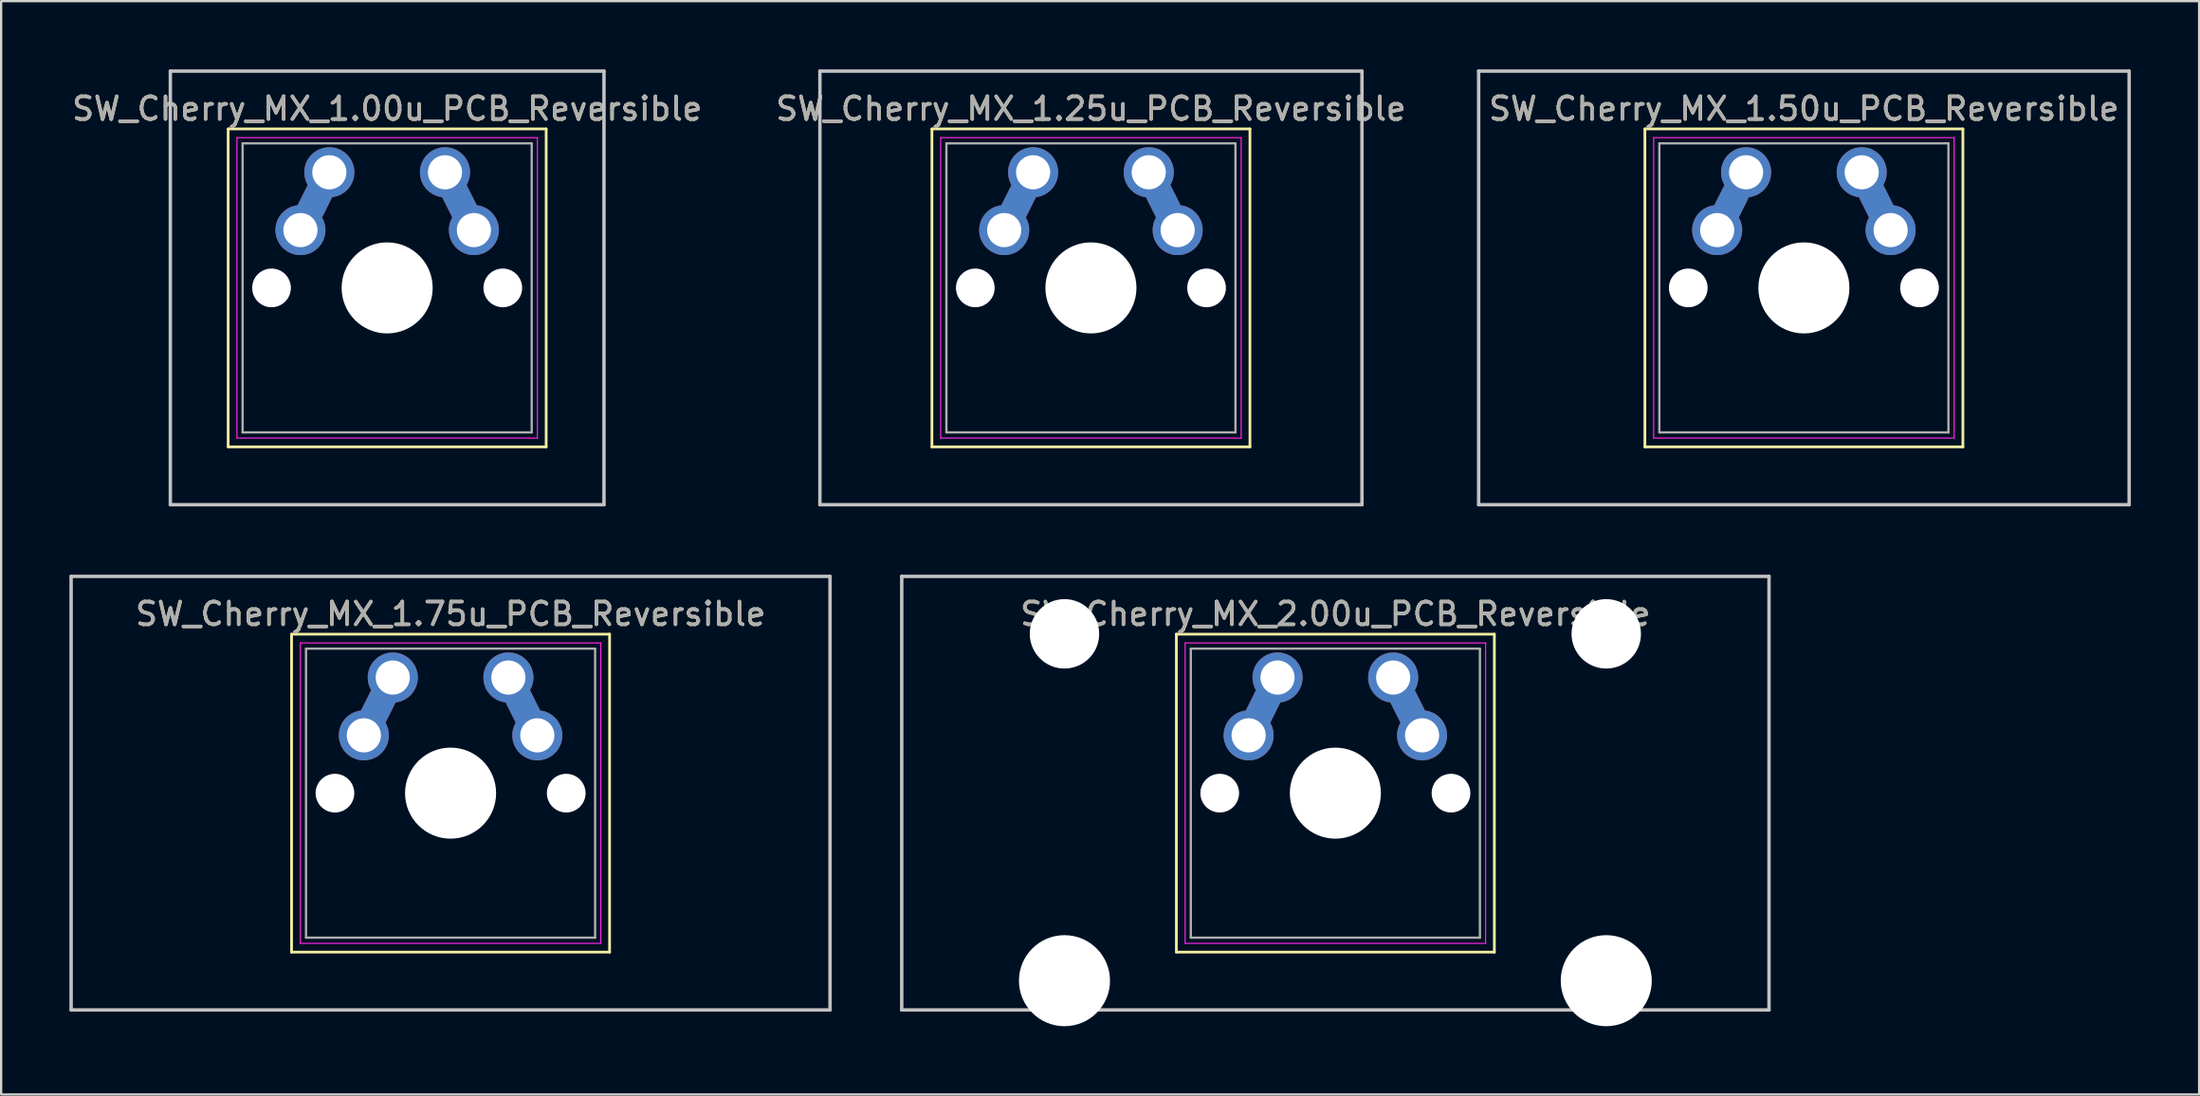
<source format=kicad_pcb>
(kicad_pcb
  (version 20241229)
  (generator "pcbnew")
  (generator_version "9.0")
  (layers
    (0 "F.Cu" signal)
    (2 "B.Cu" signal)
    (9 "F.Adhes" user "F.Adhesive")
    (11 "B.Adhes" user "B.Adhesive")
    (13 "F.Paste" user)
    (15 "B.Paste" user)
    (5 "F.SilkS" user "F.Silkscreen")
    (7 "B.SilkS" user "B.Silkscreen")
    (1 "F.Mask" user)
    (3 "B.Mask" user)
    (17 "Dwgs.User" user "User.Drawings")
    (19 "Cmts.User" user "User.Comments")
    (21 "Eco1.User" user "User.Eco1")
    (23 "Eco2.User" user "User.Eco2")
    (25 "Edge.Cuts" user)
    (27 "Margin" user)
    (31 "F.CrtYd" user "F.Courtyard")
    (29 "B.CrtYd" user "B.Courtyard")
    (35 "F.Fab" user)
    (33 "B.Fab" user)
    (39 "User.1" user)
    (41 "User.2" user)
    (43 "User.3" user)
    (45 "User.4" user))
  (footprint "SW_Cherry_MX_1.25u_PCB_Reversible"
    (layer "F.Cu")
    (at 47.415 4.52)
    (property "Reference" "SW_Cherry_MX_1.25u_PCB_Reversible" (at -2.54 -2.794 0) (layer "F.SilkS") (effects (font (size 1 1) (thickness 0.15))))
    (attr through_hole)
    (fp_line (start -9.525 -1.905) (end 4.445 -1.905) (stroke (width 0.12) (type solid)) (layer "F.SilkS"))
    (fp_line (start -9.525 12.065) (end -9.525 -1.905) (stroke (width 0.12) (type solid)) (layer "F.SilkS"))
    (fp_line (start 4.445 -1.905) (end 4.445 12.065) (stroke (width 0.12) (type solid)) (layer "F.SilkS"))
    (fp_line (start 4.445 12.065) (end -9.525 12.065) (stroke (width 0.12) (type solid)) (layer "F.SilkS"))
    (fp_line (start -14.446 -4.445) (end 9.366 -4.445) (stroke (width 0.15) (type solid)) (layer "Dwgs.User"))
    (fp_line (start -14.446 14.605) (end -14.446 -4.445) (stroke (width 0.15) (type solid)) (layer "Dwgs.User"))
    (fp_line (start 9.366 -4.445) (end 9.366 14.605) (stroke (width 0.15) (type solid)) (layer "Dwgs.User"))
    (fp_line (start 9.366 14.605) (end -14.446 14.605) (stroke (width 0.15) (type solid)) (layer "Dwgs.User"))
    (fp_line (start -9.14 -1.52) (end 4.06 -1.52) (stroke (width 0.05) (type solid)) (layer "F.CrtYd"))
    (fp_line (start -9.14 11.68) (end -9.14 -1.52) (stroke (width 0.05) (type solid)) (layer "F.CrtYd"))
    (fp_line (start 4.06 -1.52) (end 4.06 11.68) (stroke (width 0.05) (type solid)) (layer "F.CrtYd"))
    (fp_line (start 4.06 11.68) (end -9.14 11.68) (stroke (width 0.05) (type solid)) (layer "F.CrtYd"))
    (fp_line (start -8.89 -1.27) (end 3.81 -1.27) (stroke (width 0.1) (type solid)) (layer "F.Fab"))
    (fp_line (start -8.89 11.43) (end -8.89 -1.27) (stroke (width 0.1) (type solid)) (layer "F.Fab"))
    (fp_line (start 3.81 -1.27) (end 3.81 11.43) (stroke (width 0.1) (type solid)) (layer "F.Fab"))
    (fp_line (start 3.81 11.43) (end -8.89 11.43) (stroke (width 0.1) (type solid)) (layer "F.Fab"))
    (fp_text user "${REFERENCE}" (at -2.54 -2.794 0) (layer "F.Fab") (effects (font (size 1 1) (thickness 0.15))))
    (pad "" np_thru_hole circle (at -7.62 5.08) (size 1.7 1.7) (drill 1.7) (layers "*.Cu" "*.Mask"))
    (pad "" np_thru_hole circle (at -2.54 5.08) (size 4 4) (drill 4) (layers "*.Cu" "*.Mask"))
    (pad "" np_thru_hole circle (at 2.54 5.08) (size 1.7 1.7) (drill 1.7) (layers "*.Cu" "*.Mask"))
    (pad "1" thru_hole circle (at 0 0) (size 2.2 2.2) (drill 1.5) (layers "*.Cu" "*.Mask"))
    (pad "1" thru_hole custom (at 1.27 2.54) (size 2.2 2.2) (drill 1.5) (layers "*.Cu" "*.Mask") (options (anchor circle)) (primitives (gr_line (start -1.27 -2.54) (end 0 0) (width 1.2))))
    (pad "2" thru_hole custom (at -6.35 2.54) (size 2.2 2.2) (drill 1.5) (layers "*.Cu" "*.Mask") (options (anchor circle)) (primitives (gr_line (start 0 0) (end 1.27 -2.54) (width 1.2))))
    (pad "2" thru_hole circle (at -5.08 0) (size 2.2 2.2) (drill 1.5) (layers "*.Cu" "*.Mask")))
  (footprint "SW_Cherry_MX_1.00u_PCB_Reversible"
    (layer "F.Cu")
    (at 16.498 4.52)
    (property "Reference" "SW_Cherry_MX_1.00u_PCB_Reversible" (at -2.54 -2.794 0) (layer "F.SilkS") (effects (font (size 1 1) (thickness 0.15))))
    (attr through_hole)
    (fp_line (start -9.525 -1.905) (end 4.445 -1.905) (stroke (width 0.12) (type solid)) (layer "F.SilkS"))
    (fp_line (start -9.525 12.065) (end -9.525 -1.905) (stroke (width 0.12) (type solid)) (layer "F.SilkS"))
    (fp_line (start 4.445 -1.905) (end 4.445 12.065) (stroke (width 0.12) (type solid)) (layer "F.SilkS"))
    (fp_line (start 4.445 12.065) (end -9.525 12.065) (stroke (width 0.12) (type solid)) (layer "F.SilkS"))
    (fp_line (start -12.065 -4.445) (end 6.985 -4.445) (stroke (width 0.15) (type solid)) (layer "Dwgs.User"))
    (fp_line (start -12.065 14.605) (end -12.065 -4.445) (stroke (width 0.15) (type solid)) (layer "Dwgs.User"))
    (fp_line (start 6.985 -4.445) (end 6.985 14.605) (stroke (width 0.15) (type solid)) (layer "Dwgs.User"))
    (fp_line (start 6.985 14.605) (end -12.065 14.605) (stroke (width 0.15) (type solid)) (layer "Dwgs.User"))
    (fp_line (start -9.14 -1.52) (end 4.06 -1.52) (stroke (width 0.05) (type solid)) (layer "F.CrtYd"))
    (fp_line (start -9.14 11.68) (end -9.14 -1.52) (stroke (width 0.05) (type solid)) (layer "F.CrtYd"))
    (fp_line (start 4.06 -1.52) (end 4.06 11.68) (stroke (width 0.05) (type solid)) (layer "F.CrtYd"))
    (fp_line (start 4.06 11.68) (end -9.14 11.68) (stroke (width 0.05) (type solid)) (layer "F.CrtYd"))
    (fp_line (start -8.89 -1.27) (end 3.81 -1.27) (stroke (width 0.1) (type solid)) (layer "F.Fab"))
    (fp_line (start -8.89 11.43) (end -8.89 -1.27) (stroke (width 0.1) (type solid)) (layer "F.Fab"))
    (fp_line (start 3.81 -1.27) (end 3.81 11.43) (stroke (width 0.1) (type solid)) (layer "F.Fab"))
    (fp_line (start 3.81 11.43) (end -8.89 11.43) (stroke (width 0.1) (type solid)) (layer "F.Fab"))
    (fp_text user "${REFERENCE}" (at -2.54 -2.794 0) (layer "F.Fab") (effects (font (size 1 1) (thickness 0.15))))
    (pad "" np_thru_hole circle (at -7.62 5.08) (size 1.7 1.7) (drill 1.7) (layers "*.Cu" "*.Mask"))
    (pad "" np_thru_hole circle (at -2.54 5.08) (size 4 4) (drill 4) (layers "*.Cu" "*.Mask"))
    (pad "" np_thru_hole circle (at 2.54 5.08) (size 1.7 1.7) (drill 1.7) (layers "*.Cu" "*.Mask"))
    (pad "1" thru_hole circle (at 0 0) (size 2.2 2.2) (drill 1.5) (layers "*.Cu" "*.Mask"))
    (pad "1" thru_hole custom (at 1.27 2.54) (size 2.2 2.2) (drill 1.5) (layers "*.Cu" "*.Mask") (options (anchor circle)) (primitives (gr_line (start -1.27 -2.54) (end 0 0) (width 1.2))))
    (pad "2" thru_hole custom (at -6.35 2.54) (size 2.2 2.2) (drill 1.5) (layers "*.Cu" "*.Mask") (options (anchor circle)) (primitives (gr_line (start 0 0) (end 1.27 -2.54) (width 1.2))))
    (pad "2" thru_hole circle (at -5.08 0) (size 2.2 2.2) (drill 1.5) (layers "*.Cu" "*.Mask")))
  (footprint "SW_Cherry_MX_1.50u_PCB_Reversible"
    (layer "F.Cu")
    (at 78.736 4.52)
    (property "Reference" "SW_Cherry_MX_1.50u_PCB_Reversible" (at -2.54 -2.794 0) (layer "F.SilkS") (effects (font (size 1 1) (thickness 0.15))))
    (attr through_hole)
    (fp_line (start -9.525 -1.905) (end 4.445 -1.905) (stroke (width 0.12) (type solid)) (layer "F.SilkS"))
    (fp_line (start -9.525 12.065) (end -9.525 -1.905) (stroke (width 0.12) (type solid)) (layer "F.SilkS"))
    (fp_line (start 4.445 -1.905) (end 4.445 12.065) (stroke (width 0.12) (type solid)) (layer "F.SilkS"))
    (fp_line (start 4.445 12.065) (end -9.525 12.065) (stroke (width 0.12) (type solid)) (layer "F.SilkS"))
    (fp_line (start -16.828 -4.445) (end 11.748 -4.445) (stroke (width 0.15) (type solid)) (layer "Dwgs.User"))
    (fp_line (start -16.828 14.605) (end -16.828 -4.445) (stroke (width 0.15) (type solid)) (layer "Dwgs.User"))
    (fp_line (start 11.748 -4.445) (end 11.748 14.605) (stroke (width 0.15) (type solid)) (layer "Dwgs.User"))
    (fp_line (start 11.748 14.605) (end -16.828 14.605) (stroke (width 0.15) (type solid)) (layer "Dwgs.User"))
    (fp_line (start -9.14 -1.52) (end 4.06 -1.52) (stroke (width 0.05) (type solid)) (layer "F.CrtYd"))
    (fp_line (start -9.14 11.68) (end -9.14 -1.52) (stroke (width 0.05) (type solid)) (layer "F.CrtYd"))
    (fp_line (start 4.06 -1.52) (end 4.06 11.68) (stroke (width 0.05) (type solid)) (layer "F.CrtYd"))
    (fp_line (start 4.06 11.68) (end -9.14 11.68) (stroke (width 0.05) (type solid)) (layer "F.CrtYd"))
    (fp_line (start -8.89 -1.27) (end 3.81 -1.27) (stroke (width 0.1) (type solid)) (layer "F.Fab"))
    (fp_line (start -8.89 11.43) (end -8.89 -1.27) (stroke (width 0.1) (type solid)) (layer "F.Fab"))
    (fp_line (start 3.81 -1.27) (end 3.81 11.43) (stroke (width 0.1) (type solid)) (layer "F.Fab"))
    (fp_line (start 3.81 11.43) (end -8.89 11.43) (stroke (width 0.1) (type solid)) (layer "F.Fab"))
    (fp_text user "${REFERENCE}" (at -2.54 -2.794 0) (layer "F.Fab") (effects (font (size 1 1) (thickness 0.15))))
    (pad "" np_thru_hole circle (at -7.62 5.08) (size 1.7 1.7) (drill 1.7) (layers "*.Cu" "*.Mask"))
    (pad "" np_thru_hole circle (at -2.54 5.08) (size 4 4) (drill 4) (layers "*.Cu" "*.Mask"))
    (pad "" np_thru_hole circle (at 2.54 5.08) (size 1.7 1.7) (drill 1.7) (layers "*.Cu" "*.Mask"))
    (pad "1" thru_hole circle (at 0 0) (size 2.2 2.2) (drill 1.5) (layers "*.Cu" "*.Mask"))
    (pad "1" thru_hole custom (at 1.27 2.54) (size 2.2 2.2) (drill 1.5) (layers "*.Cu" "*.Mask") (options (anchor circle)) (primitives (gr_line (start -1.27 -2.54) (end 0 0) (width 1.2))))
    (pad "2" thru_hole custom (at -6.35 2.54) (size 2.2 2.2) (drill 1.5) (layers "*.Cu" "*.Mask") (options (anchor circle)) (primitives (gr_line (start 0 0) (end 1.27 -2.54) (width 1.2))))
    (pad "2" thru_hole circle (at -5.08 0) (size 2.2 2.2) (drill 1.5) (layers "*.Cu" "*.Mask")))
  (footprint "SW_Cherry_MX_2.00u_PCB_Reversible"
    (layer "F.Cu")
    (at 58.153 26.72)
    (property "Reference" "SW_Cherry_MX_2.00u_PCB_Reversible" (at -2.54 -2.794 0) (layer "F.SilkS") (effects (font (size 1 1) (thickness 0.15))))
    (attr through_hole)
    (fp_line (start -9.525 -1.905) (end 4.445 -1.905) (stroke (width 0.12) (type solid)) (layer "F.SilkS"))
    (fp_line (start -9.525 12.065) (end -9.525 -1.905) (stroke (width 0.12) (type solid)) (layer "F.SilkS"))
    (fp_line (start 4.445 -1.905) (end 4.445 12.065) (stroke (width 0.12) (type solid)) (layer "F.SilkS"))
    (fp_line (start 4.445 12.065) (end -9.525 12.065) (stroke (width 0.12) (type solid)) (layer "F.SilkS"))
    (fp_line (start -21.59 -4.445) (end 16.51 -4.445) (stroke (width 0.15) (type solid)) (layer "Dwgs.User"))
    (fp_line (start -21.59 14.605) (end -21.59 -4.445) (stroke (width 0.15) (type solid)) (layer "Dwgs.User"))
    (fp_line (start 16.51 -4.445) (end 16.51 14.605) (stroke (width 0.15) (type solid)) (layer "Dwgs.User"))
    (fp_line (start 16.51 14.605) (end -21.59 14.605) (stroke (width 0.15) (type solid)) (layer "Dwgs.User"))
    (fp_line (start -9.14 -1.52) (end 4.06 -1.52) (stroke (width 0.05) (type solid)) (layer "F.CrtYd"))
    (fp_line (start -9.14 11.68) (end -9.14 -1.52) (stroke (width 0.05) (type solid)) (layer "F.CrtYd"))
    (fp_line (start 4.06 -1.52) (end 4.06 11.68) (stroke (width 0.05) (type solid)) (layer "F.CrtYd"))
    (fp_line (start 4.06 11.68) (end -9.14 11.68) (stroke (width 0.05) (type solid)) (layer "F.CrtYd"))
    (fp_line (start -8.89 -1.27) (end 3.81 -1.27) (stroke (width 0.1) (type solid)) (layer "F.Fab"))
    (fp_line (start -8.89 11.43) (end -8.89 -1.27) (stroke (width 0.1) (type solid)) (layer "F.Fab"))
    (fp_line (start 3.81 -1.27) (end 3.81 11.43) (stroke (width 0.1) (type solid)) (layer "F.Fab"))
    (fp_line (start 3.81 11.43) (end -8.89 11.43) (stroke (width 0.1) (type solid)) (layer "F.Fab"))
    (fp_text user "${REFERENCE}" (at -2.54 -2.794 0) (layer "F.Fab") (effects (font (size 1 1) (thickness 0.15))))
    (pad "" np_thru_hole circle (at -14.44 -1.92) (size 3.05 3.05) (drill 3.05) (layers "*.Cu" "*.Mask"))
    (pad "" np_thru_hole circle (at -14.44 13.32) (size 4 4) (drill 4) (layers "*.Cu" "*.Mask"))
    (pad "" np_thru_hole circle (at -7.62 5.08) (size 1.7 1.7) (drill 1.7) (layers "*.Cu" "*.Mask"))
    (pad "" np_thru_hole circle (at -2.54 5.08) (size 4 4) (drill 4) (layers "*.Cu" "*.Mask"))
    (pad "" np_thru_hole circle (at 2.54 5.08) (size 1.7 1.7) (drill 1.7) (layers "*.Cu" "*.Mask"))
    (pad "" np_thru_hole circle (at 9.36 -1.92) (size 3.05 3.05) (drill 3.05) (layers "*.Cu" "*.Mask"))
    (pad "" np_thru_hole circle (at 9.36 13.32) (size 4 4) (drill 4) (layers "*.Cu" "*.Mask"))
    (pad "1" thru_hole circle (at 0 0) (size 2.2 2.2) (drill 1.5) (layers "*.Cu" "*.Mask"))
    (pad "1" thru_hole custom (at 1.27 2.54) (size 2.2 2.2) (drill 1.5) (layers "*.Cu" "*.Mask") (options (anchor circle)) (primitives (gr_line (start -1.27 -2.54) (end 0 0) (width 1.2))))
    (pad "2" thru_hole custom (at -6.35 2.54) (size 2.2 2.2) (drill 1.5) (layers "*.Cu" "*.Mask") (options (anchor circle)) (primitives (gr_line (start 0 0) (end 1.27 -2.54) (width 1.2))))
    (pad "2" thru_hole circle (at -5.08 0) (size 2.2 2.2) (drill 1.5) (layers "*.Cu" "*.Mask")))
  (footprint "SW_Cherry_MX_1.75u_PCB_Reversible"
    (layer "F.Cu")
    (at 19.284 26.72)
    (property "Reference" "SW_Cherry_MX_1.75u_PCB_Reversible" (at -2.54 -2.794 0) (layer "F.SilkS") (effects (font (size 1 1) (thickness 0.15))))
    (attr through_hole)
    (fp_line (start -9.525 -1.905) (end 4.445 -1.905) (stroke (width 0.12) (type solid)) (layer "F.SilkS"))
    (fp_line (start -9.525 12.065) (end -9.525 -1.905) (stroke (width 0.12) (type solid)) (layer "F.SilkS"))
    (fp_line (start 4.445 -1.905) (end 4.445 12.065) (stroke (width 0.12) (type solid)) (layer "F.SilkS"))
    (fp_line (start 4.445 12.065) (end -9.525 12.065) (stroke (width 0.12) (type solid)) (layer "F.SilkS"))
    (fp_line (start -19.209 -4.445) (end 14.129 -4.445) (stroke (width 0.15) (type solid)) (layer "Dwgs.User"))
    (fp_line (start -19.209 14.605) (end -19.209 -4.445) (stroke (width 0.15) (type solid)) (layer "Dwgs.User"))
    (fp_line (start 14.129 -4.445) (end 14.129 14.605) (stroke (width 0.15) (type solid)) (layer "Dwgs.User"))
    (fp_line (start 14.129 14.605) (end -19.209 14.605) (stroke (width 0.15) (type solid)) (layer "Dwgs.User"))
    (fp_line (start -9.14 -1.52) (end 4.06 -1.52) (stroke (width 0.05) (type solid)) (layer "F.CrtYd"))
    (fp_line (start -9.14 11.68) (end -9.14 -1.52) (stroke (width 0.05) (type solid)) (layer "F.CrtYd"))
    (fp_line (start 4.06 -1.52) (end 4.06 11.68) (stroke (width 0.05) (type solid)) (layer "F.CrtYd"))
    (fp_line (start 4.06 11.68) (end -9.14 11.68) (stroke (width 0.05) (type solid)) (layer "F.CrtYd"))
    (fp_line (start -8.89 -1.27) (end 3.81 -1.27) (stroke (width 0.1) (type solid)) (layer "F.Fab"))
    (fp_line (start -8.89 11.43) (end -8.89 -1.27) (stroke (width 0.1) (type solid)) (layer "F.Fab"))
    (fp_line (start 3.81 -1.27) (end 3.81 11.43) (stroke (width 0.1) (type solid)) (layer "F.Fab"))
    (fp_line (start 3.81 11.43) (end -8.89 11.43) (stroke (width 0.1) (type solid)) (layer "F.Fab"))
    (fp_text user "${REFERENCE}" (at -2.54 -2.794 0) (layer "F.Fab") (effects (font (size 1 1) (thickness 0.15))))
    (pad "" np_thru_hole circle (at -7.62 5.08) (size 1.7 1.7) (drill 1.7) (layers "*.Cu" "*.Mask"))
    (pad "" np_thru_hole circle (at -2.54 5.08) (size 4 4) (drill 4) (layers "*.Cu" "*.Mask"))
    (pad "" np_thru_hole circle (at 2.54 5.08) (size 1.7 1.7) (drill 1.7) (layers "*.Cu" "*.Mask"))
    (pad "1" thru_hole circle (at 0 0) (size 2.2 2.2) (drill 1.5) (layers "*.Cu" "*.Mask"))
    (pad "1" thru_hole custom (at 1.27 2.54) (size 2.2 2.2) (drill 1.5) (layers "*.Cu" "*.Mask") (options (anchor circle)) (primitives (gr_line (start -1.27 -2.54) (end 0 0) (width 1.2))))
    (pad "2" thru_hole custom (at -6.35 2.54) (size 2.2 2.2) (drill 1.5) (layers "*.Cu" "*.Mask") (options (anchor circle)) (primitives (gr_line (start 0 0) (end 1.27 -2.54) (width 1.2))))
    (pad "2" thru_hole circle (at -5.08 0) (size 2.2 2.2) (drill 1.5) (layers "*.Cu" "*.Mask")))
  (gr_rect
    (start -3 -3)
    (end 93.558 45.04)
    (stroke (width 0.1) (type default))
    (fill no)
    (layer "Edge.Cuts")))
</source>
